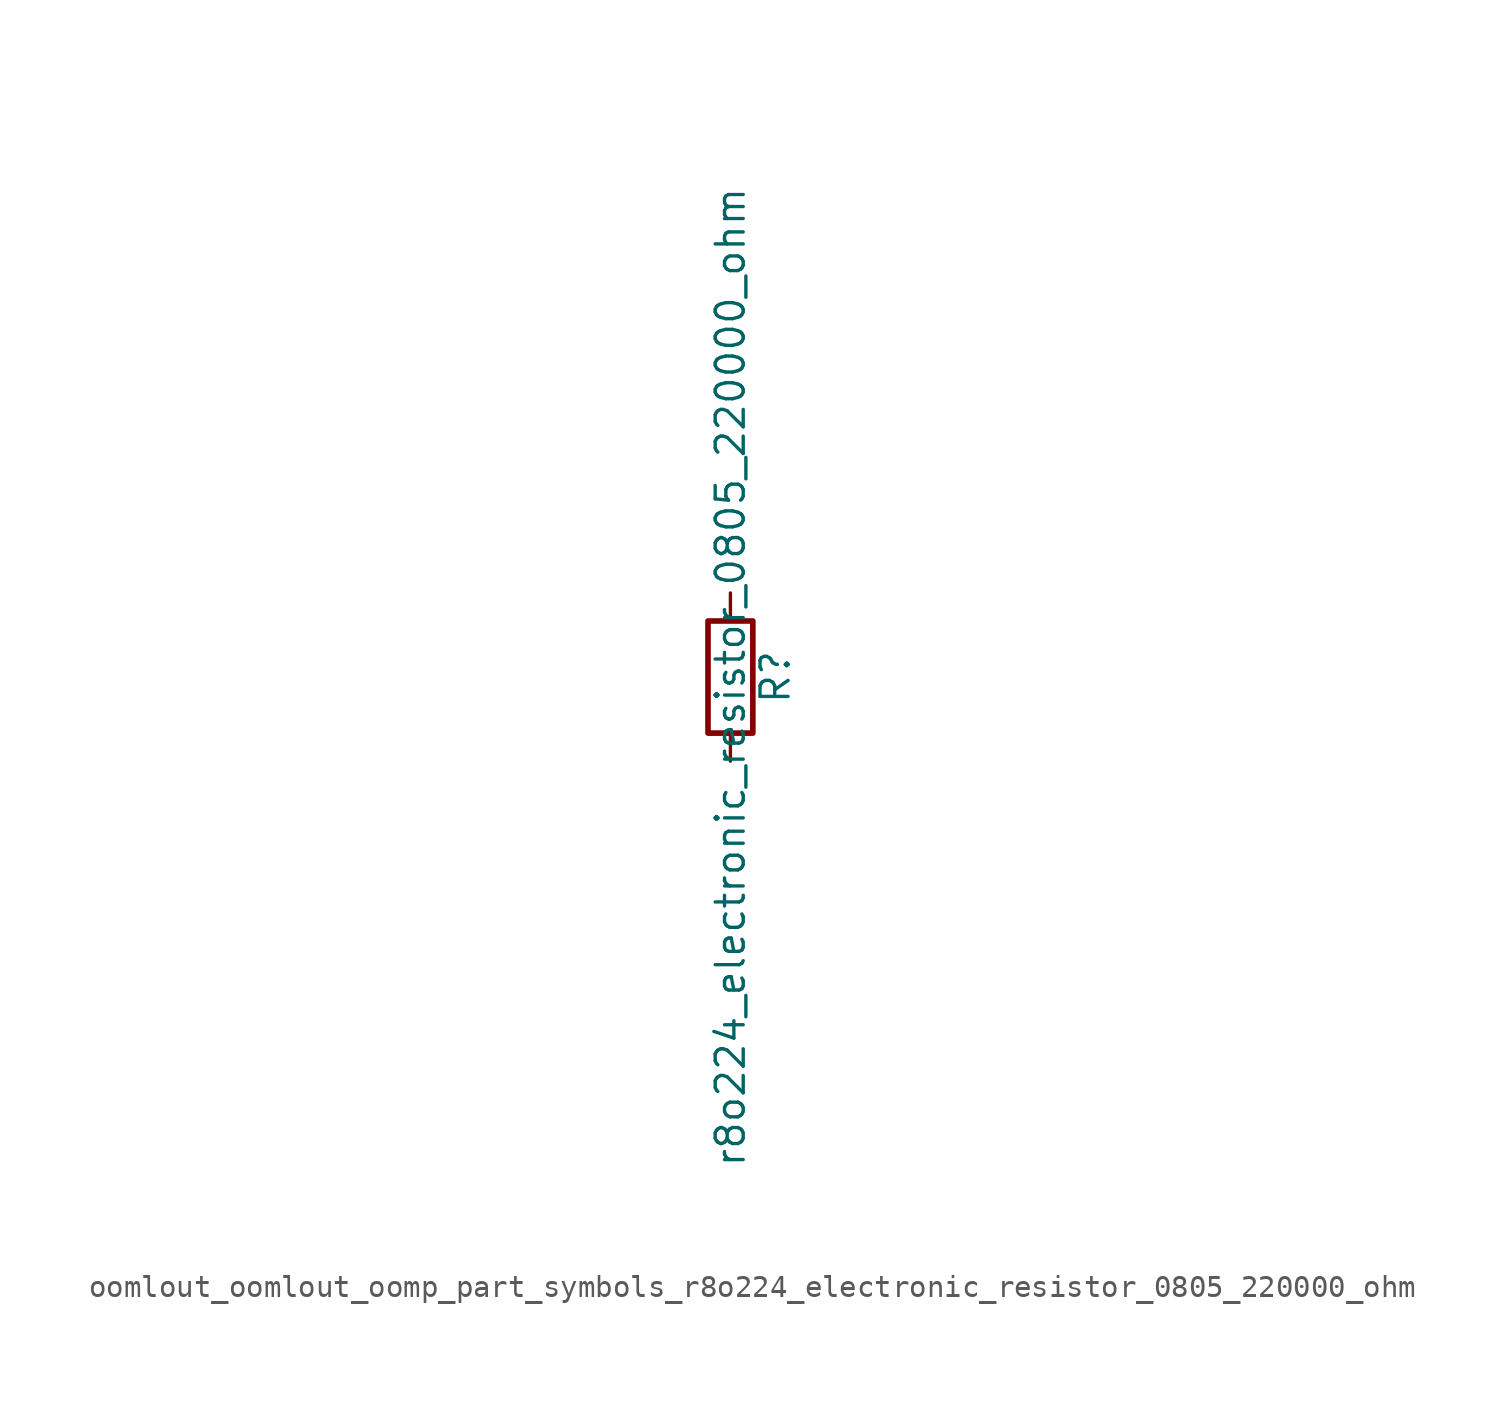
<source format=kicad_sym>
(kicad_symbol_lib
  (version 20220914)
  (generator kicad_symbol_editor)
  (symbol "oomlout_oomlout_oomp_part_symbols_r8o224_electronic_resistor_0805_220000_ohm"
    (pin_numbers hide)
    (pin_names
      (offset 0))
    (property "Reference" "R"
      (at 2.032 0 90)
      (effects (font (size 1.27 1.27))))
    (property "Value" "r8o224_electronic_resistor_0805_220000_ohm"
      (at 0 0 90)
      (effects (font (size 1.27 1.27))))
    (symbol "oomlout_oomlout_oomp_part_symbols_r8o224_electronic_resistor_0805_220000_ohm_0_1"
      (rectangle (start -1.016 -2.54) (end 1.016 2.54) (stroke (width 0.254) (type default)) (fill (type none))))
    (symbol "oomlout_oomlout_oomp_part_symbols_r8o224_electronic_resistor_0805_220000_ohm_1_1"
      (pin passive line (at 0 3.81 270) (length 1.27) (name "~" (effects (font (size 1.27 1.27)))) (number "1" (effects (font (size 1.27 1.27)))))
      (pin passive line (at 0 -3.81 90) (length 1.27) (name "~" (effects (font (size 1.27 1.27)))) (number "2" (effects (font (size 1.27 1.27))))))))
</source>
